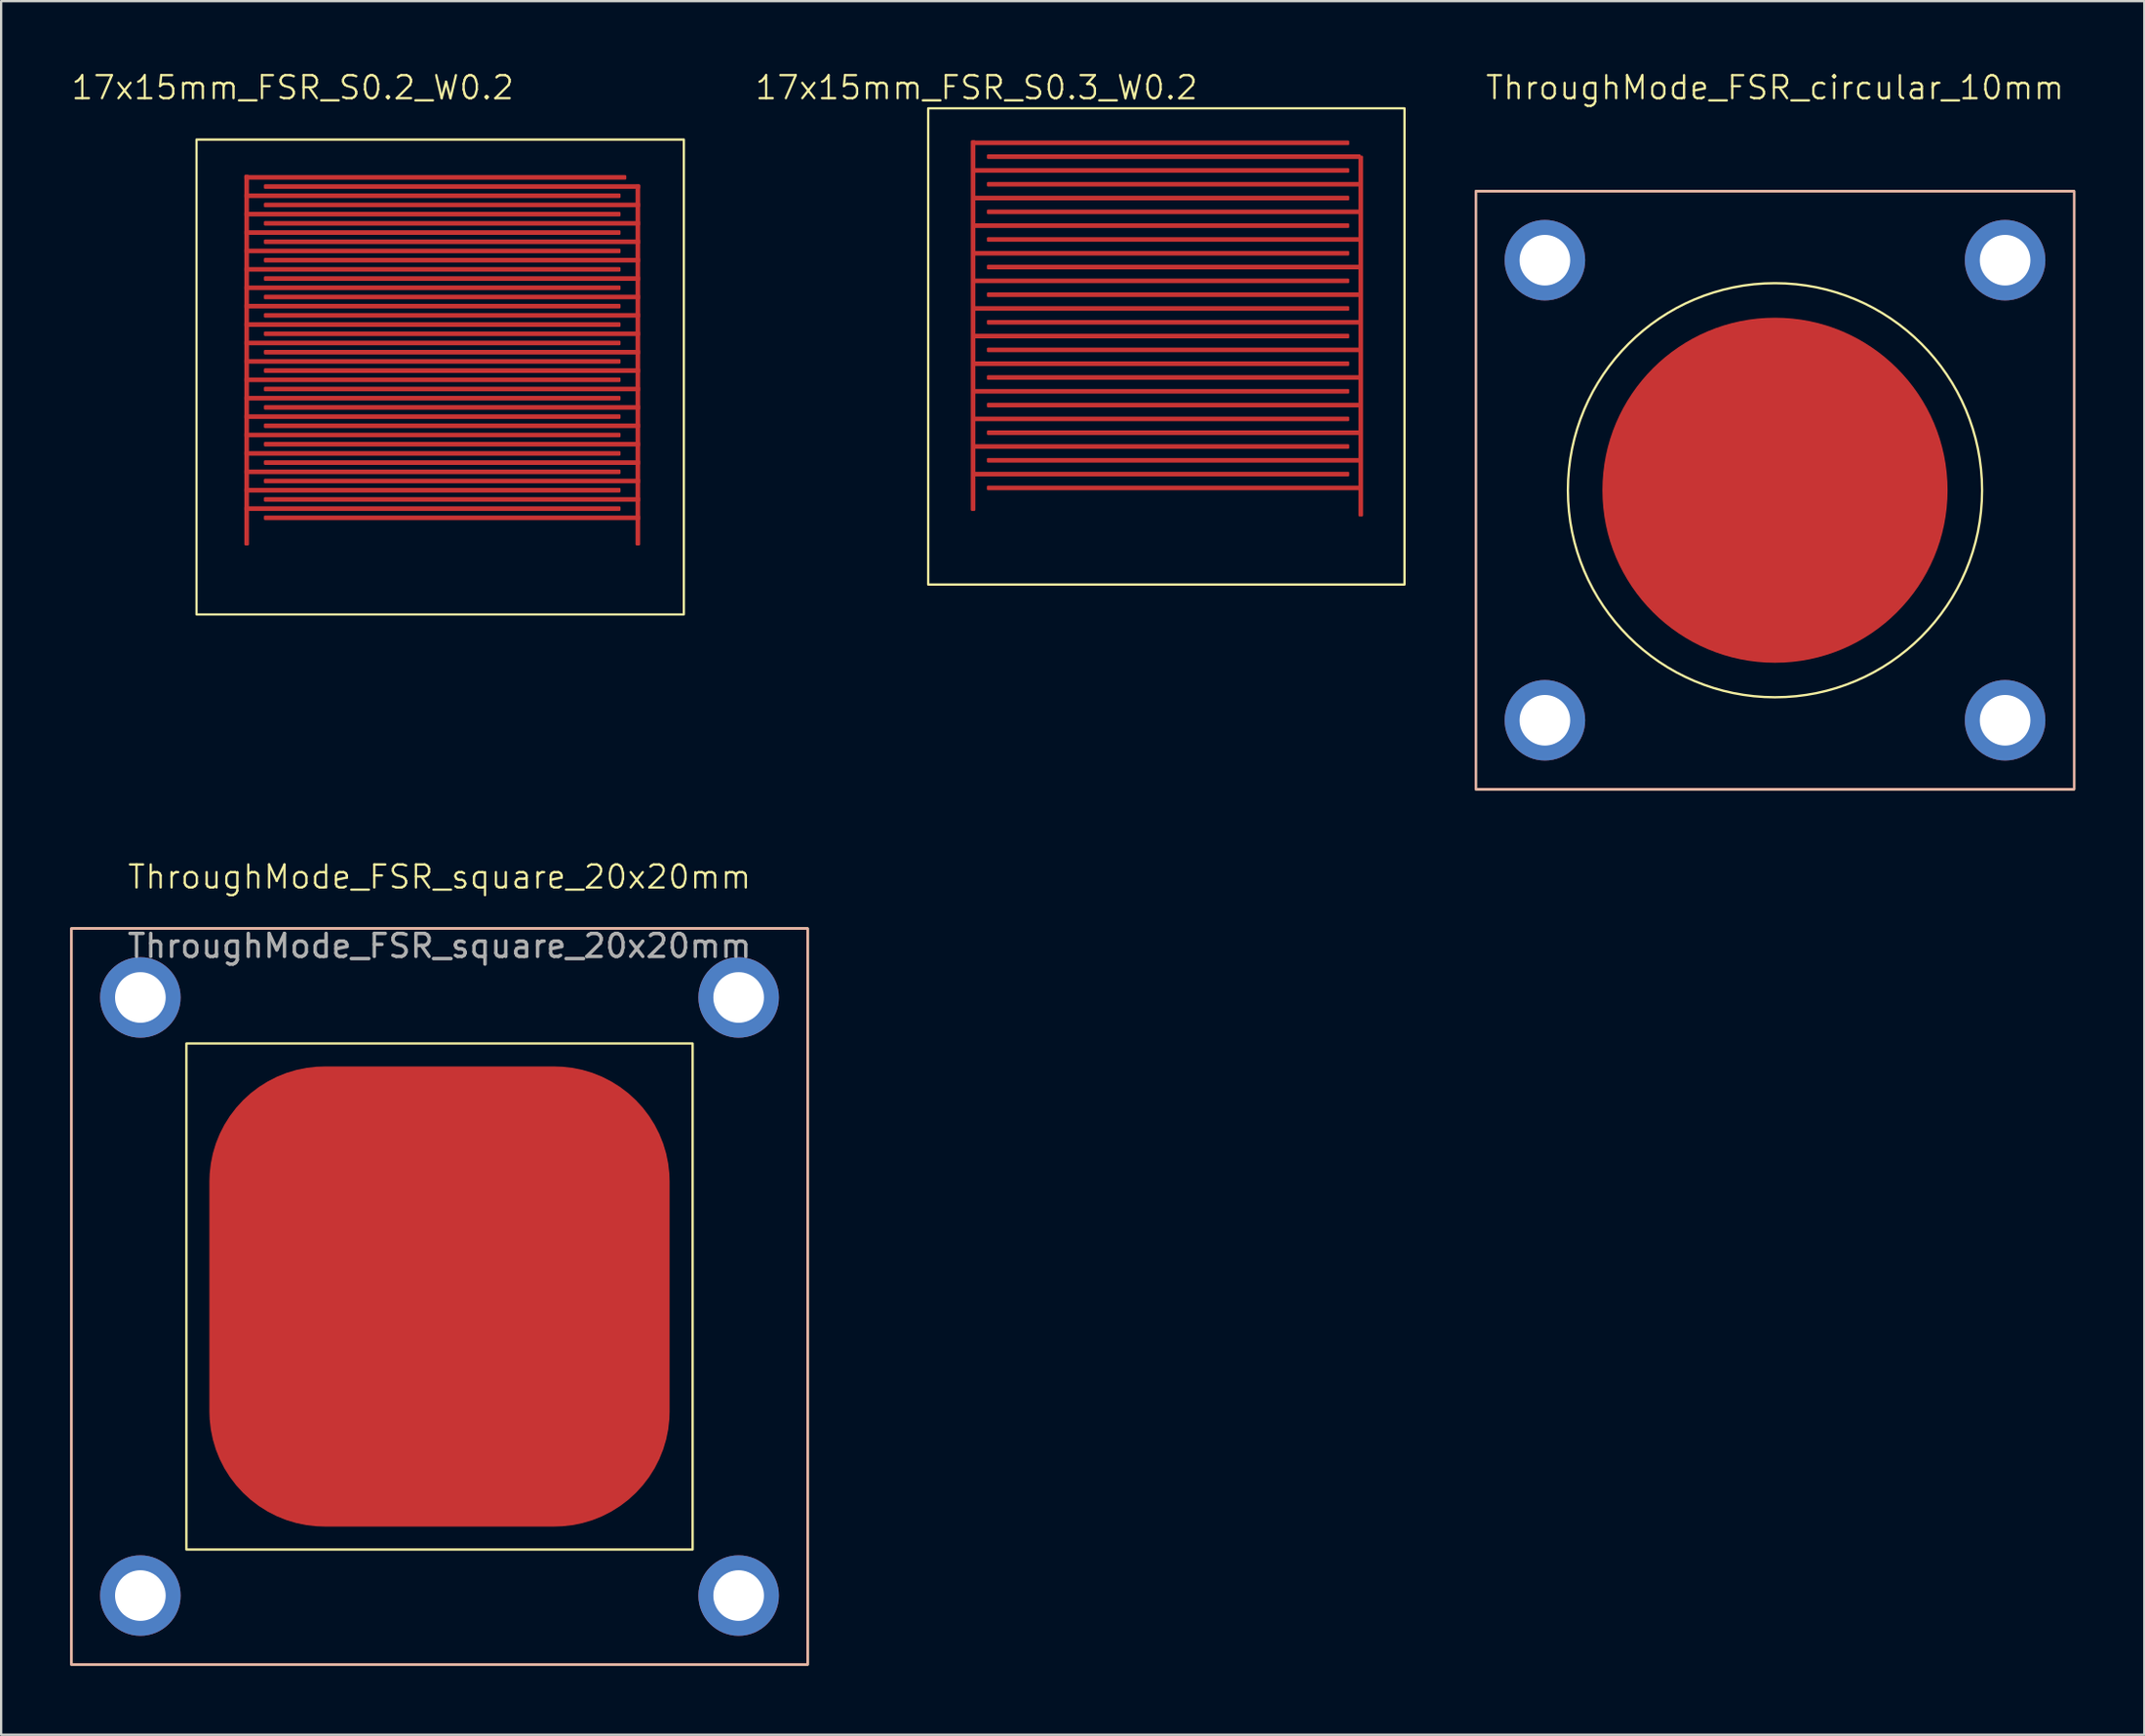
<source format=kicad_pcb>
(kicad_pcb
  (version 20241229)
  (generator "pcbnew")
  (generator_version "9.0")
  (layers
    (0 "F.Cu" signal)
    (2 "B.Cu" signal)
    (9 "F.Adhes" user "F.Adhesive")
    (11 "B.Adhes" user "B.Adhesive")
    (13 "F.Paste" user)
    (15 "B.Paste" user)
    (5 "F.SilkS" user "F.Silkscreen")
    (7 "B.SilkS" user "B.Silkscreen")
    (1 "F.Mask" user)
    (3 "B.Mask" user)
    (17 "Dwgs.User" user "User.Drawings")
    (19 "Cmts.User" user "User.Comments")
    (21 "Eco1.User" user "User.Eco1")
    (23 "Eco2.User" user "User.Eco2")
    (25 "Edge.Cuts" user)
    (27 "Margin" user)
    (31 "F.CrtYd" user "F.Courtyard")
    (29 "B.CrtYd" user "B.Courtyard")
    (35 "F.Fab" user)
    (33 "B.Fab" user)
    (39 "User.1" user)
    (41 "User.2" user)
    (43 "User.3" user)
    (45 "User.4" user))
  (footprint "ThroughMode_FSR_circular_10mm"
    (layer "F.Cu")
    (at 74.088 18.261)
    (property "Reference" "ThroughMode_FSR_circular_10mm" (at 0 -17.5 0) (unlocked yes) (layer "F.SilkS") (effects (font (size 1 1) (thickness 0.1))))
    (attr smd)
    (fp_rect (start -13 -13) (end 13 13) (stroke (width 0.1) (type default)) (fill no) (layer "F.SilkS"))
    (fp_circle (center 0 0) (end 0 -9) (stroke (width 0.1) (type default)) (fill no) (layer "F.SilkS"))
    (fp_rect (start 13 -13) (end -13 13) (stroke (width 0.1) (type default)) (fill no) (layer "B.SilkS"))
    (pad "1" smd circle (at 0 0) (size 15 15) (layers "F.Cu" "F.Mask" "F.Paste"))
    (pad "2" thru_hole circle (at -10 -10) (size 3.5 3.5) (drill 2.2) (layers "*.Cu" "*.Mask"))
    (pad "2" thru_hole circle (at -10 10) (size 3.5 3.5) (drill 2.2) (layers "*.Cu" "*.Mask"))
    (pad "2" thru_hole circle (at 10 -10) (size 3.5 3.5) (drill 2.2) (layers "*.Cu" "*.Mask"))
    (pad "2" thru_hole circle (at 10 10) (size 3.5 3.5) (drill 2.2) (layers "*.Cu" "*.Mask")))
  (footprint "17x15mm_FSR_S0.3_W0.2"
    (layer "F.Cu")
    (at 39.088 3.16)
    (property "Reference" "17x15mm_FSR_S0.3_W0.2" (at 0.3 -2.4 0) (unlocked yes) (layer "F.SilkS") (effects (font (size 1 1) (thickness 0.1))))
    (attr smd)
    (fp_rect (start -1.8 -1.5) (end 18.9 19.2) (stroke (width 0.1) (type default)) (fill no) (layer "F.SilkS"))
    (fp_rect (start 0 0) (end 17 15) (stroke (width 0.1) (type default)) (fill no) (layer "User.1"))
    (pad "1" smd roundrect (at 0.15 7.944) (size 0.2 16.112) (layers "F.Cu" "F.Mask" "F.Paste") (roundrect_rratio 0.25))
    (pad "1" smd roundrect (at 8.3 0) (size 16.4 0.2) (layers "F.Cu" "F.Mask" "F.Paste") (roundrect_rratio 0.25))
    (pad "1" smd roundrect (at 8.3 1.2) (size 16.4 0.2) (layers "F.Cu" "F.Mask" "F.Paste") (roundrect_rratio 0.25))
    (pad "1" smd roundrect (at 8.3 2.4) (size 16.4 0.2) (layers "F.Cu" "F.Mask" "F.Paste") (roundrect_rratio 0.25))
    (pad "1" smd roundrect (at 8.3 3.6) (size 16.4 0.2) (layers "F.Cu" "F.Mask" "F.Paste") (roundrect_rratio 0.25))
    (pad "1" smd roundrect (at 8.3 4.8) (size 16.4 0.2) (layers "F.Cu" "F.Mask" "F.Paste") (roundrect_rratio 0.25))
    (pad "1" smd roundrect (at 8.3 6) (size 16.4 0.2) (layers "F.Cu" "F.Mask" "F.Paste") (roundrect_rratio 0.25))
    (pad "1" smd roundrect (at 8.3 7.2) (size 16.4 0.2) (layers "F.Cu" "F.Mask" "F.Paste") (roundrect_rratio 0.25))
    (pad "1" smd roundrect (at 8.3 8.4) (size 16.4 0.2) (layers "F.Cu" "F.Mask" "F.Paste") (roundrect_rratio 0.25))
    (pad "1" smd roundrect (at 8.3 9.6) (size 16.4 0.2) (layers "F.Cu" "F.Mask" "F.Paste") (roundrect_rratio 0.25))
    (pad "1" smd roundrect (at 8.3 10.8) (size 16.4 0.2) (layers "F.Cu" "F.Mask" "F.Paste") (roundrect_rratio 0.25))
    (pad "1" smd roundrect (at 8.3 12) (size 16.4 0.2) (layers "F.Cu" "F.Mask" "F.Paste") (roundrect_rratio 0.25))
    (pad "1" smd roundrect (at 8.3 13.2) (size 16.4 0.2) (layers "F.Cu" "F.Mask" "F.Paste") (roundrect_rratio 0.25))
    (pad "1" smd roundrect (at 8.3 14.4) (size 16.4 0.2) (layers "F.Cu" "F.Mask" "F.Paste") (roundrect_rratio 0.25))
    (pad "2" smd roundrect (at 8.875 0.6) (size 16.25 0.2) (layers "F.Cu" "F.Mask" "F.Paste") (roundrect_rratio 0.25))
    (pad "2" smd roundrect (at 8.875 1.8) (size 16.25 0.2) (layers "F.Cu" "F.Mask" "F.Paste") (roundrect_rratio 0.25))
    (pad "2" smd roundrect (at 8.875 3) (size 16.25 0.2) (layers "F.Cu" "F.Mask" "F.Paste") (roundrect_rratio 0.25))
    (pad "2" smd roundrect (at 8.875 4.2) (size 16.25 0.2) (layers "F.Cu" "F.Mask" "F.Paste") (roundrect_rratio 0.25))
    (pad "2" smd roundrect (at 8.875 5.4) (size 16.25 0.2) (layers "F.Cu" "F.Mask" "F.Paste") (roundrect_rratio 0.25))
    (pad "2" smd roundrect (at 8.875 6.6) (size 16.25 0.2) (layers "F.Cu" "F.Mask" "F.Paste") (roundrect_rratio 0.25))
    (pad "2" smd roundrect (at 8.875 7.8) (size 16.25 0.2) (layers "F.Cu" "F.Mask" "F.Paste") (roundrect_rratio 0.25))
    (pad "2" smd roundrect (at 8.875 9) (size 16.25 0.2) (layers "F.Cu" "F.Mask" "F.Paste") (roundrect_rratio 0.25))
    (pad "2" smd roundrect (at 8.875 10.2) (size 16.25 0.2) (layers "F.Cu" "F.Mask" "F.Paste") (roundrect_rratio 0.25))
    (pad "2" smd roundrect (at 8.875 11.4) (size 16.25 0.2) (layers "F.Cu" "F.Mask" "F.Paste") (roundrect_rratio 0.25))
    (pad "2" smd roundrect (at 8.875 12.6) (size 16.25 0.2) (layers "F.Cu" "F.Mask" "F.Paste") (roundrect_rratio 0.25))
    (pad "2" smd roundrect (at 8.875 13.8) (size 16.25 0.2) (layers "F.Cu" "F.Mask" "F.Paste") (roundrect_rratio 0.25))
    (pad "2" smd roundrect (at 8.875 15) (size 16.25 0.2) (layers "F.Cu" "F.Mask" "F.Paste") (roundrect_rratio 0.25))
    (pad "2" smd roundrect (at 17 8.4) (size 0.2 15.687) (layers "F.Cu" "F.Mask" "F.Paste") (roundrect_rratio 0.25)))
  (footprint "ThroughMode_FSR_square_20x20mm"
    (layer "F.Cu")
    (at 16.05 53.311)
    (property "Reference" "ThroughMode_FSR_square_20x20mm" (at 0 -18.24 0) (unlocked yes) (layer "F.SilkS") (effects (font (size 1 1) (thickness 0.1))))
    (attr smd)
    (fp_rect (start -16 -16) (end 16 16) (stroke (width 0.1) (type default)) (fill no) (layer "F.SilkS"))
    (fp_rect (start -11 -11) (end 11 11) (stroke (width 0.1) (type default)) (fill no) (layer "F.SilkS"))
    (fp_rect (start 16 -16) (end -16 16) (stroke (width 0.1) (type default)) (fill no) (layer "B.SilkS"))
    (fp_text user "${REFERENCE}" (at 0 -15.24 0) (unlocked yes) (layer "F.Fab") (effects (font (size 1 1) (thickness 0.15))))
    (pad "1" smd roundrect (at 0 0) (size 20 20) (layers "F.Cu" "F.Mask" "F.Paste") (roundrect_rratio 0.25))
    (pad "2" thru_hole circle (at -13 -13) (size 3.5 3.5) (drill 2.2) (layers "*.Cu" "*.Mask"))
    (pad "2" thru_hole circle (at -13 13) (size 3.5 3.5) (drill 2.2) (layers "*.Cu" "*.Mask"))
    (pad "2" thru_hole circle (at 13 -13) (size 3.5 3.5) (drill 2.2) (layers "*.Cu" "*.Mask"))
    (pad "2" thru_hole circle (at 13 13) (size 3.5 3.5) (drill 2.2) (layers "*.Cu" "*.Mask")))
  (footprint "17x15mm_FSR_S0.2_W0.2"
    (layer "F.Cu")
    (at 7.669 4.66)
    (property "Reference" "17x15mm_FSR_S0.2_W0.2" (at 2 -3.9 0) (unlocked yes) (layer "F.SilkS") (effects (font (size 1 1) (thickness 0.1))))
    (attr smd)
    (fp_rect (start -2.178 -1.644) (end 19 19) (stroke (width 0.1) (type default)) (fill no) (layer "F.SilkS"))
    (fp_rect (start 0 0) (end 17 15) (stroke (width 0.1) (type default)) (fill no) (layer "User.1"))
    (pad "1" smd roundrect (at 0 7.944) (size 0.2 16.112) (layers "F.Cu" "F.Mask" "F.Paste") (roundrect_rratio 0.25))
    (pad "1" smd roundrect (at 8.075 0.8) (size 16.35 0.2) (layers "F.Cu" "F.Mask" "F.Paste") (roundrect_rratio 0.25))
    (pad "1" smd roundrect (at 8.075 1.6) (size 16.35 0.2) (layers "F.Cu" "F.Mask" "F.Paste") (roundrect_rratio 0.25))
    (pad "1" smd roundrect (at 8.075 2.4) (size 16.35 0.2) (layers "F.Cu" "F.Mask" "F.Paste") (roundrect_rratio 0.25))
    (pad "1" smd roundrect (at 8.075 3.2) (size 16.35 0.2) (layers "F.Cu" "F.Mask" "F.Paste") (roundrect_rratio 0.25))
    (pad "1" smd roundrect (at 8.075 4) (size 16.35 0.2) (layers "F.Cu" "F.Mask" "F.Paste") (roundrect_rratio 0.25))
    (pad "1" smd roundrect (at 8.075 4.8) (size 16.35 0.2) (layers "F.Cu" "F.Mask" "F.Paste") (roundrect_rratio 0.25))
    (pad "1" smd roundrect (at 8.075 5.6) (size 16.35 0.2) (layers "F.Cu" "F.Mask" "F.Paste") (roundrect_rratio 0.25))
    (pad "1" smd roundrect (at 8.075 6.4) (size 16.35 0.2) (layers "F.Cu" "F.Mask" "F.Paste") (roundrect_rratio 0.25))
    (pad "1" smd roundrect (at 8.075 7.2) (size 16.35 0.2) (layers "F.Cu" "F.Mask" "F.Paste") (roundrect_rratio 0.25))
    (pad "1" smd roundrect (at 8.075 8) (size 16.35 0.2) (layers "F.Cu" "F.Mask" "F.Paste") (roundrect_rratio 0.25))
    (pad "1" smd roundrect (at 8.075 8.8) (size 16.35 0.2) (layers "F.Cu" "F.Mask" "F.Paste") (roundrect_rratio 0.25))
    (pad "1" smd roundrect (at 8.075 9.6) (size 16.35 0.2) (layers "F.Cu" "F.Mask" "F.Paste") (roundrect_rratio 0.25))
    (pad "1" smd roundrect (at 8.075 10.4) (size 16.35 0.2) (layers "F.Cu" "F.Mask" "F.Paste") (roundrect_rratio 0.25))
    (pad "1" smd roundrect (at 8.075 11.2) (size 16.35 0.2) (layers "F.Cu" "F.Mask" "F.Paste") (roundrect_rratio 0.25))
    (pad "1" smd roundrect (at 8.075 12) (size 16.35 0.2) (layers "F.Cu" "F.Mask" "F.Paste") (roundrect_rratio 0.25))
    (pad "1" smd roundrect (at 8.075 12.8) (size 16.35 0.2) (layers "F.Cu" "F.Mask" "F.Paste") (roundrect_rratio 0.25))
    (pad "1" smd roundrect (at 8.075 13.6) (size 16.35 0.2) (layers "F.Cu" "F.Mask" "F.Paste") (roundrect_rratio 0.25))
    (pad "1" smd roundrect (at 8.075 14.4) (size 16.35 0.2) (layers "F.Cu" "F.Mask" "F.Paste") (roundrect_rratio 0.25))
    (pad "1" smd roundrect (at 8.2 0) (size 16.6 0.2) (layers "F.Cu" "F.Mask" "F.Paste") (roundrect_rratio 0.25))
    (pad "2" smd roundrect (at 8.925 0.4) (size 16.35 0.2) (layers "F.Cu" "F.Mask" "F.Paste") (roundrect_rratio 0.25))
    (pad "2" smd roundrect (at 8.925 1.2) (size 16.35 0.2) (layers "F.Cu" "F.Mask" "F.Paste") (roundrect_rratio 0.25))
    (pad "2" smd roundrect (at 8.925 2) (size 16.35 0.2) (layers "F.Cu" "F.Mask" "F.Paste") (roundrect_rratio 0.25))
    (pad "2" smd roundrect (at 8.925 2.8) (size 16.35 0.2) (layers "F.Cu" "F.Mask" "F.Paste") (roundrect_rratio 0.25))
    (pad "2" smd roundrect (at 8.925 3.6) (size 16.35 0.2) (layers "F.Cu" "F.Mask" "F.Paste") (roundrect_rratio 0.25))
    (pad "2" smd roundrect (at 8.925 4.4) (size 16.35 0.2) (layers "F.Cu" "F.Mask" "F.Paste") (roundrect_rratio 0.25))
    (pad "2" smd roundrect (at 8.925 5.2) (size 16.35 0.2) (layers "F.Cu" "F.Mask" "F.Paste") (roundrect_rratio 0.25))
    (pad "2" smd roundrect (at 8.925 6) (size 16.35 0.2) (layers "F.Cu" "F.Mask" "F.Paste") (roundrect_rratio 0.25))
    (pad "2" smd roundrect (at 8.925 6.8) (size 16.35 0.2) (layers "F.Cu" "F.Mask" "F.Paste") (roundrect_rratio 0.25))
    (pad "2" smd roundrect (at 8.925 7.6) (size 16.35 0.2) (layers "F.Cu" "F.Mask" "F.Paste") (roundrect_rratio 0.25))
    (pad "2" smd roundrect (at 8.925 8.4) (size 16.35 0.2) (layers "F.Cu" "F.Mask" "F.Paste") (roundrect_rratio 0.25))
    (pad "2" smd roundrect (at 8.925 9.2) (size 16.35 0.2) (layers "F.Cu" "F.Mask" "F.Paste") (roundrect_rratio 0.25))
    (pad "2" smd roundrect (at 8.925 10) (size 16.35 0.2) (layers "F.Cu" "F.Mask" "F.Paste") (roundrect_rratio 0.25))
    (pad "2" smd roundrect (at 8.925 10.8) (size 16.35 0.2) (layers "F.Cu" "F.Mask" "F.Paste") (roundrect_rratio 0.25))
    (pad "2" smd roundrect (at 8.925 11.6) (size 16.35 0.2) (layers "F.Cu" "F.Mask" "F.Paste") (roundrect_rratio 0.25))
    (pad "2" smd roundrect (at 8.925 12.4) (size 16.35 0.2) (layers "F.Cu" "F.Mask" "F.Paste") (roundrect_rratio 0.25))
    (pad "2" smd roundrect (at 8.925 13.2) (size 16.35 0.2) (layers "F.Cu" "F.Mask" "F.Paste") (roundrect_rratio 0.25))
    (pad "2" smd roundrect (at 8.925 14) (size 16.35 0.2) (layers "F.Cu" "F.Mask" "F.Paste") (roundrect_rratio 0.25))
    (pad "2" smd roundrect (at 8.925 14.8) (size 16.35 0.2) (layers "F.Cu" "F.Mask" "F.Paste") (roundrect_rratio 0.25))
    (pad "2" smd roundrect (at 17 8.157) (size 0.2 15.687) (layers "F.Cu" "F.Mask" "F.Paste") (roundrect_rratio 0.25)))
  (gr_rect
    (start -3 -3)
    (end 90.138 72.361)
    (stroke (width 0.1) (type default))
    (fill no)
    (layer "Edge.Cuts")))
</source>
